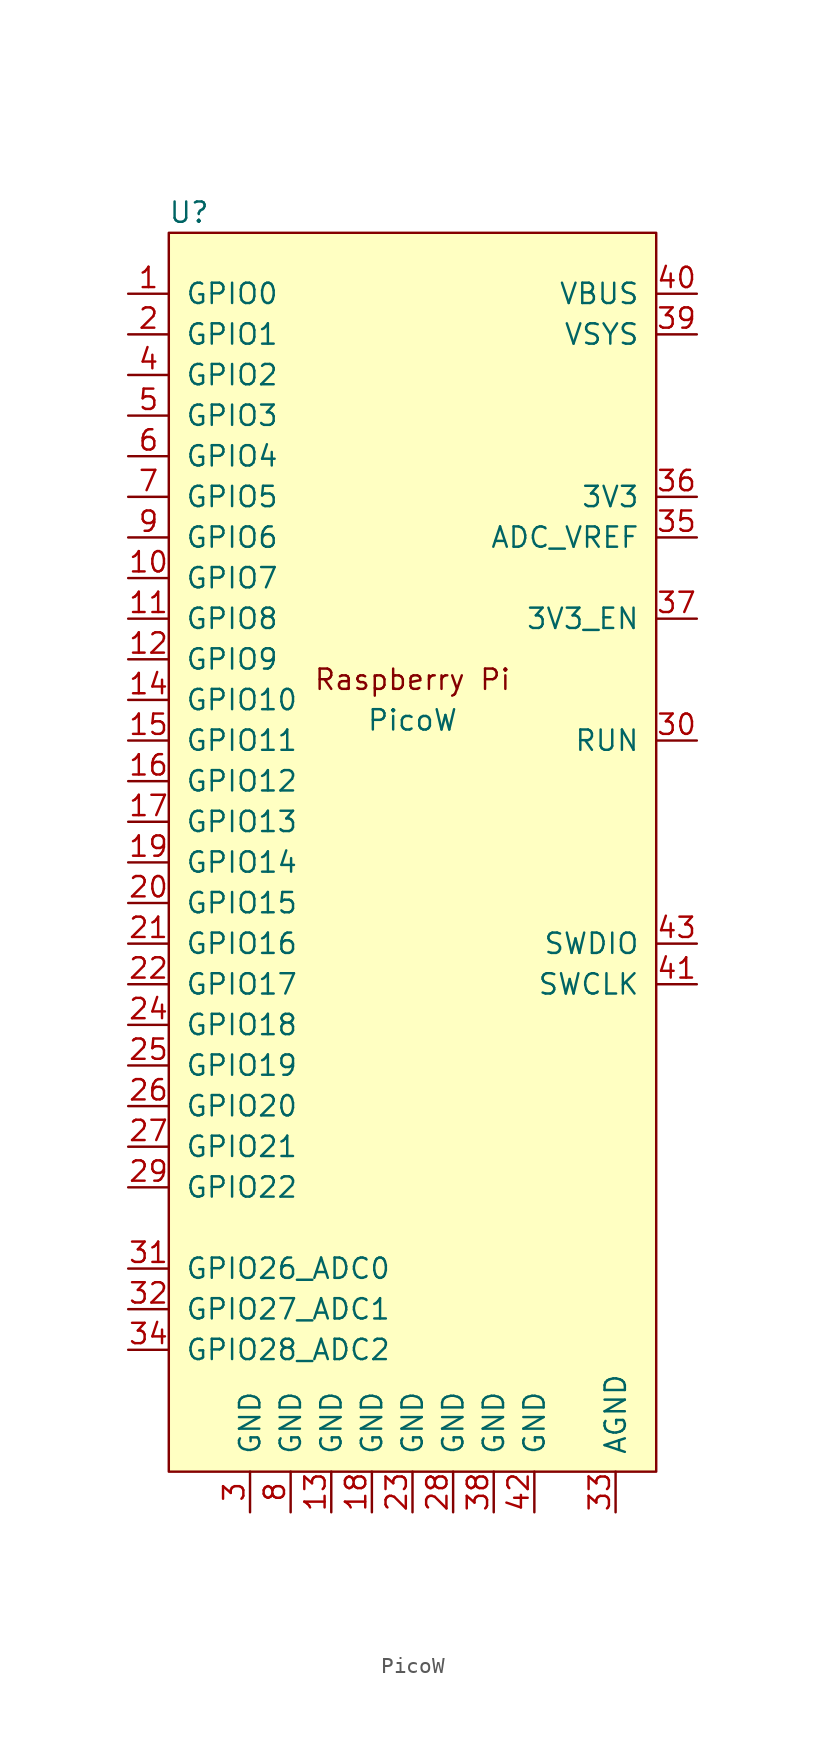
<source format=kicad_sym>
(kicad_symbol_lib
  (version 20220914)
  (generator kicad_symbol_editor)
  (symbol "PicoW"
    (pin_names
      (offset 1.016))
    (property "Reference" "U"
      (at -13.97 27.94 0)
      (effects (font (size 1.27 1.27))))
    (property "Value" "PicoW"
      (at 0 -3.81 0)
      (effects (font (size 1.27 1.27))))
    (symbol "PicoW_0_0"
      (text "Raspberry Pi" (at 0 -1.27 0) (effects (font (size 1.27 1.27)))))
    (symbol "PicoW_0_1"
      (rectangle (start -15.24 26.67) (end 15.24 -50.8) (stroke (width 0) (type default)) (fill (type background))))
    (symbol "PicoW_1_1"
      (pin bidirectional line (at -17.78 22.86 0) (length 2.54) (name "GPIO0" (effects (font (size 1.27 1.27)))) (number "1" (effects (font (size 1.27 1.27)))))
      (pin bidirectional line (at -17.78 5.08 0) (length 2.54) (name "GPIO7" (effects (font (size 1.27 1.27)))) (number "10" (effects (font (size 1.27 1.27)))))
      (pin bidirectional line (at -17.78 2.54 0) (length 2.54) (name "GPIO8" (effects (font (size 1.27 1.27)))) (number "11" (effects (font (size 1.27 1.27)))))
      (pin bidirectional line (at -17.78 0 0) (length 2.54) (name "GPIO9" (effects (font (size 1.27 1.27)))) (number "12" (effects (font (size 1.27 1.27)))))
      (pin power_in line (at -5.08 -53.34 90) (length 2.54) (name "GND" (effects (font (size 1.27 1.27)))) (number "13" (effects (font (size 1.27 1.27)))))
      (pin bidirectional line (at -17.78 -2.54 0) (length 2.54) (name "GPIO10" (effects (font (size 1.27 1.27)))) (number "14" (effects (font (size 1.27 1.27)))))
      (pin bidirectional line (at -17.78 -5.08 0) (length 2.54) (name "GPIO11" (effects (font (size 1.27 1.27)))) (number "15" (effects (font (size 1.27 1.27)))))
      (pin bidirectional line (at -17.78 -7.62 0) (length 2.54) (name "GPIO12" (effects (font (size 1.27 1.27)))) (number "16" (effects (font (size 1.27 1.27)))))
      (pin bidirectional line (at -17.78 -10.16 0) (length 2.54) (name "GPIO13" (effects (font (size 1.27 1.27)))) (number "17" (effects (font (size 1.27 1.27)))))
      (pin power_in line (at -2.54 -53.34 90) (length 2.54) (name "GND" (effects (font (size 1.27 1.27)))) (number "18" (effects (font (size 1.27 1.27)))))
      (pin bidirectional line (at -17.78 -12.7 0) (length 2.54) (name "GPIO14" (effects (font (size 1.27 1.27)))) (number "19" (effects (font (size 1.27 1.27)))))
      (pin bidirectional line (at -17.78 20.32 0) (length 2.54) (name "GPIO1" (effects (font (size 1.27 1.27)))) (number "2" (effects (font (size 1.27 1.27)))))
      (pin bidirectional line (at -17.78 -15.24 0) (length 2.54) (name "GPIO15" (effects (font (size 1.27 1.27)))) (number "20" (effects (font (size 1.27 1.27)))))
      (pin bidirectional line (at -17.78 -17.78 0) (length 2.54) (name "GPIO16" (effects (font (size 1.27 1.27)))) (number "21" (effects (font (size 1.27 1.27)))))
      (pin bidirectional line (at -17.78 -20.32 0) (length 2.54) (name "GPIO17" (effects (font (size 1.27 1.27)))) (number "22" (effects (font (size 1.27 1.27)))))
      (pin power_in line (at 0 -53.34 90) (length 2.54) (name "GND" (effects (font (size 1.27 1.27)))) (number "23" (effects (font (size 1.27 1.27)))))
      (pin bidirectional line (at -17.78 -22.86 0) (length 2.54) (name "GPIO18" (effects (font (size 1.27 1.27)))) (number "24" (effects (font (size 1.27 1.27)))))
      (pin bidirectional line (at -17.78 -25.4 0) (length 2.54) (name "GPIO19" (effects (font (size 1.27 1.27)))) (number "25" (effects (font (size 1.27 1.27)))))
      (pin bidirectional line (at -17.78 -27.94 0) (length 2.54) (name "GPIO20" (effects (font (size 1.27 1.27)))) (number "26" (effects (font (size 1.27 1.27)))))
      (pin bidirectional line (at -17.78 -30.48 0) (length 2.54) (name "GPIO21" (effects (font (size 1.27 1.27)))) (number "27" (effects (font (size 1.27 1.27)))))
      (pin power_in line (at 2.54 -53.34 90) (length 2.54) (name "GND" (effects (font (size 1.27 1.27)))) (number "28" (effects (font (size 1.27 1.27)))))
      (pin bidirectional line (at -17.78 -33.02 0) (length 2.54) (name "GPIO22" (effects (font (size 1.27 1.27)))) (number "29" (effects (font (size 1.27 1.27)))))
      (pin power_in line (at -10.16 -53.34 90) (length 2.54) (name "GND" (effects (font (size 1.27 1.27)))) (number "3" (effects (font (size 1.27 1.27)))))
      (pin input line (at 17.78 -5.08 180) (length 2.54) (name "RUN" (effects (font (size 1.27 1.27)))) (number "30" (effects (font (size 1.27 1.27)))))
      (pin bidirectional line (at -17.78 -38.1 0) (length 2.54) (name "GPIO26_ADC0" (effects (font (size 1.27 1.27)))) (number "31" (effects (font (size 1.27 1.27)))))
      (pin bidirectional line (at -17.78 -40.64 0) (length 2.54) (name "GPIO27_ADC1" (effects (font (size 1.27 1.27)))) (number "32" (effects (font (size 1.27 1.27)))))
      (pin power_in line (at 12.7 -53.34 90) (length 2.54) (name "AGND" (effects (font (size 1.27 1.27)))) (number "33" (effects (font (size 1.27 1.27)))))
      (pin bidirectional line (at -17.78 -43.18 0) (length 2.54) (name "GPIO28_ADC2" (effects (font (size 1.27 1.27)))) (number "34" (effects (font (size 1.27 1.27)))))
      (pin unspecified line (at 17.78 7.62 180) (length 2.54) (name "ADC_VREF" (effects (font (size 1.27 1.27)))) (number "35" (effects (font (size 1.27 1.27)))))
      (pin unspecified line (at 17.78 10.16 180) (length 2.54) (name "3V3" (effects (font (size 1.27 1.27)))) (number "36" (effects (font (size 1.27 1.27)))))
      (pin input line (at 17.78 2.54 180) (length 2.54) (name "3V3_EN" (effects (font (size 1.27 1.27)))) (number "37" (effects (font (size 1.27 1.27)))))
      (pin bidirectional line (at 5.08 -53.34 90) (length 2.54) (name "GND" (effects (font (size 1.27 1.27)))) (number "38" (effects (font (size 1.27 1.27)))))
      (pin unspecified line (at 17.78 20.32 180) (length 2.54) (name "VSYS" (effects (font (size 1.27 1.27)))) (number "39" (effects (font (size 1.27 1.27)))))
      (pin bidirectional line (at -17.78 17.78 0) (length 2.54) (name "GPIO2" (effects (font (size 1.27 1.27)))) (number "4" (effects (font (size 1.27 1.27)))))
      (pin unspecified line (at 17.78 22.86 180) (length 2.54) (name "VBUS" (effects (font (size 1.27 1.27)))) (number "40" (effects (font (size 1.27 1.27)))))
      (pin input line (at 17.78 -20.32 180) (length 2.54) (name "SWCLK" (effects (font (size 1.27 1.27)))) (number "41" (effects (font (size 1.27 1.27)))))
      (pin power_in line (at 7.62 -53.34 90) (length 2.54) (name "GND" (effects (font (size 1.27 1.27)))) (number "42" (effects (font (size 1.27 1.27)))))
      (pin bidirectional line (at 17.78 -17.78 180) (length 2.54) (name "SWDIO" (effects (font (size 1.27 1.27)))) (number "43" (effects (font (size 1.27 1.27)))))
      (pin bidirectional line (at -17.78 15.24 0) (length 2.54) (name "GPIO3" (effects (font (size 1.27 1.27)))) (number "5" (effects (font (size 1.27 1.27)))))
      (pin bidirectional line (at -17.78 12.7 0) (length 2.54) (name "GPIO4" (effects (font (size 1.27 1.27)))) (number "6" (effects (font (size 1.27 1.27)))))
      (pin bidirectional line (at -17.78 10.16 0) (length 2.54) (name "GPIO5" (effects (font (size 1.27 1.27)))) (number "7" (effects (font (size 1.27 1.27)))))
      (pin power_in line (at -7.62 -53.34 90) (length 2.54) (name "GND" (effects (font (size 1.27 1.27)))) (number "8" (effects (font (size 1.27 1.27)))))
      (pin bidirectional line (at -17.78 7.62 0) (length 2.54) (name "GPIO6" (effects (font (size 1.27 1.27)))) (number "9" (effects (font (size 1.27 1.27))))))))
</source>
